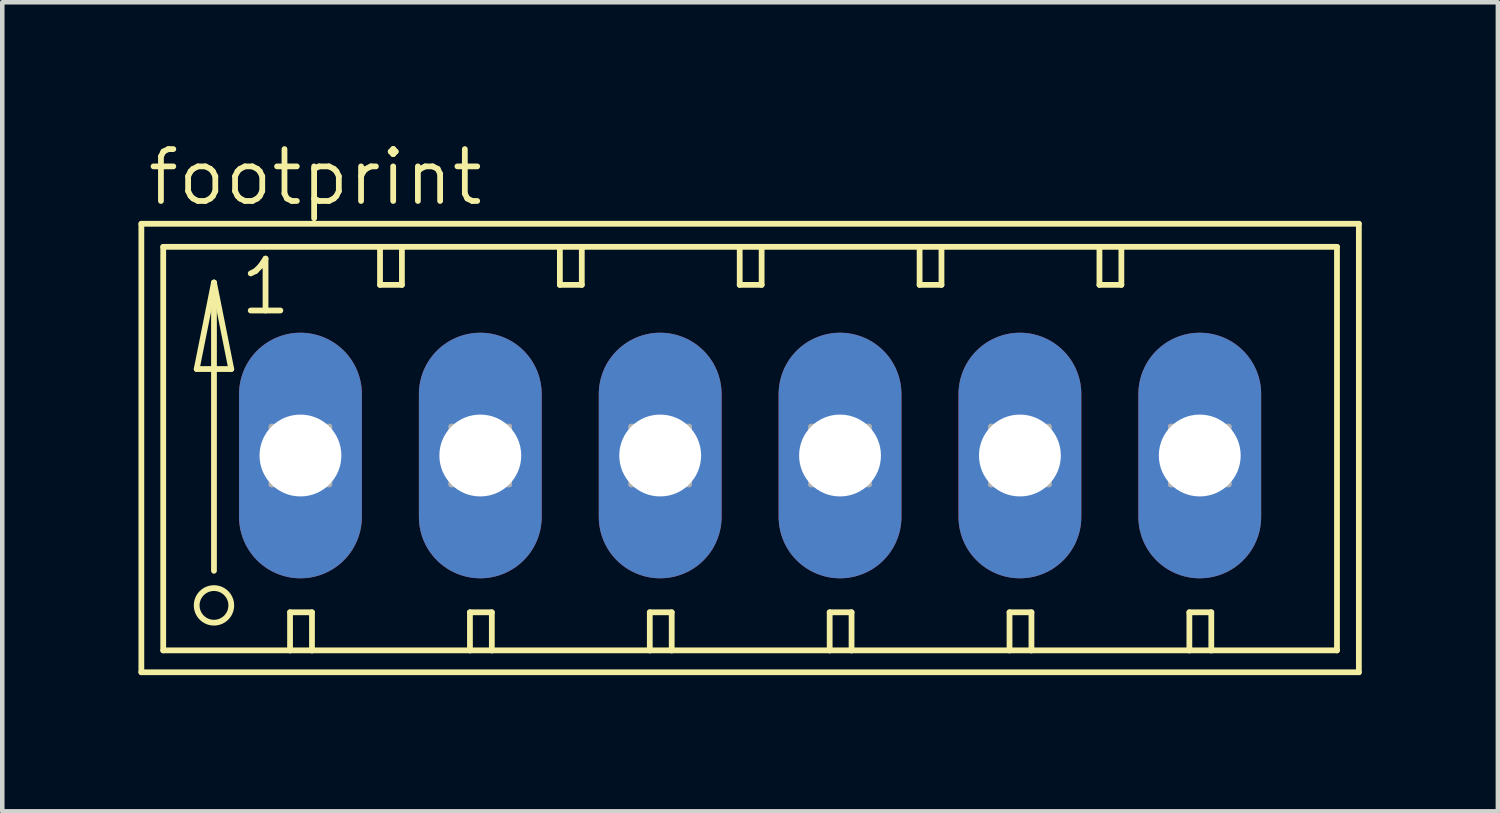
<source format=kicad_pcb>
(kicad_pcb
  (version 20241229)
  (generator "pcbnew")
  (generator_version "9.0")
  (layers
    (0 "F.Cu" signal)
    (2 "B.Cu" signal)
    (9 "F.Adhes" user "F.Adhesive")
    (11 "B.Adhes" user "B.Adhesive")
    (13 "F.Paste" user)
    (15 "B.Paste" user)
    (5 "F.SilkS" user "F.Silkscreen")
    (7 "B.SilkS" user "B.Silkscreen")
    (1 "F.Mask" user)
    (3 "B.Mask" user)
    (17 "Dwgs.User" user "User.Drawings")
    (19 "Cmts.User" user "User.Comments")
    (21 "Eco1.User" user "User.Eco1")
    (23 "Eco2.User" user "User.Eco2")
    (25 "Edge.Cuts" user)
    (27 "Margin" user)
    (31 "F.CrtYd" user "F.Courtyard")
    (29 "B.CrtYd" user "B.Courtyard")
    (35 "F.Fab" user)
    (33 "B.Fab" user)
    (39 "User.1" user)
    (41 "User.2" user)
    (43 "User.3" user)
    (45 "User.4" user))
  (footprint "footprint"
    (layer "F.Cu")
    (at 1.029 6.985)
    (property "Reference" "footprint" (at -0.889 -5.461 0) (layer "F.SilkS") (effects (font (size 1.143 1.143) (thickness 0.127)) (justify left bottom)))
    (fp_line (start -0.965 -5.105) (end -0.965 4.775) (stroke (width 0.127) (type solid)) (layer "F.SilkS"))
    (fp_line (start -0.965 4.775) (end 25.857 4.775) (stroke (width 0.127) (type solid)) (layer "F.SilkS"))
    (fp_line (start -0.483 -4.597) (end -0.483 4.293) (stroke (width 0.127) (type solid)) (layer "F.SilkS"))
    (fp_line (start -0.483 4.293) (end 2.311 4.293) (stroke (width 0.127) (type solid)) (layer "F.SilkS"))
    (fp_line (start 0.254 -1.905) (end 1.016 -1.905) (stroke (width 0.127) (type solid)) (layer "F.SilkS"))
    (fp_line (start 0.635 -3.81) (end 0.254 -1.905) (stroke (width 0.127) (type solid)) (layer "F.SilkS"))
    (fp_line (start 0.635 -3.81) (end 1.016 -1.905) (stroke (width 0.127) (type solid)) (layer "F.SilkS"))
    (fp_line (start 0.635 2.54) (end 0.635 -3.81) (stroke (width 0.127) (type solid)) (layer "F.SilkS"))
    (fp_line (start 2.311 3.454) (end 2.311 4.293) (stroke (width 0.127) (type solid)) (layer "F.SilkS"))
    (fp_line (start 2.311 3.454) (end 2.794 3.454) (stroke (width 0.127) (type solid)) (layer "F.SilkS"))
    (fp_line (start 2.311 4.293) (end 2.794 4.293) (stroke (width 0.127) (type solid)) (layer "F.SilkS"))
    (fp_line (start 2.794 3.454) (end 2.794 4.293) (stroke (width 0.127) (type solid)) (layer "F.SilkS"))
    (fp_line (start 2.794 4.293) (end 6.274 4.293) (stroke (width 0.127) (type solid)) (layer "F.SilkS"))
    (fp_line (start 4.293 -4.597) (end -0.483 -4.597) (stroke (width 0.127) (type solid)) (layer "F.SilkS"))
    (fp_line (start 4.293 -4.597) (end 4.293 -3.759) (stroke (width 0.127) (type solid)) (layer "F.SilkS"))
    (fp_line (start 4.293 -3.759) (end 4.775 -3.759) (stroke (width 0.127) (type solid)) (layer "F.SilkS"))
    (fp_line (start 4.775 -4.597) (end 4.293 -4.597) (stroke (width 0.127) (type solid)) (layer "F.SilkS"))
    (fp_line (start 4.775 -3.759) (end 4.775 -4.597) (stroke (width 0.127) (type solid)) (layer "F.SilkS"))
    (fp_line (start 6.274 3.454) (end 6.274 4.293) (stroke (width 0.127) (type solid)) (layer "F.SilkS"))
    (fp_line (start 6.274 3.454) (end 6.756 3.454) (stroke (width 0.127) (type solid)) (layer "F.SilkS"))
    (fp_line (start 6.274 4.293) (end 6.756 4.293) (stroke (width 0.127) (type solid)) (layer "F.SilkS"))
    (fp_line (start 6.756 3.454) (end 6.756 4.293) (stroke (width 0.127) (type solid)) (layer "F.SilkS"))
    (fp_line (start 6.756 4.293) (end 10.236 4.293) (stroke (width 0.127) (type solid)) (layer "F.SilkS"))
    (fp_line (start 8.255 -4.597) (end 4.775 -4.597) (stroke (width 0.127) (type solid)) (layer "F.SilkS"))
    (fp_line (start 8.255 -3.759) (end 8.255 -4.597) (stroke (width 0.127) (type solid)) (layer "F.SilkS"))
    (fp_line (start 8.255 -3.759) (end 8.738 -3.759) (stroke (width 0.127) (type solid)) (layer "F.SilkS"))
    (fp_line (start 8.738 -4.597) (end 8.255 -4.597) (stroke (width 0.127) (type solid)) (layer "F.SilkS"))
    (fp_line (start 8.738 -3.759) (end 8.738 -4.597) (stroke (width 0.127) (type solid)) (layer "F.SilkS"))
    (fp_line (start 10.236 3.454) (end 10.236 4.293) (stroke (width 0.127) (type solid)) (layer "F.SilkS"))
    (fp_line (start 10.236 3.454) (end 10.719 3.454) (stroke (width 0.127) (type solid)) (layer "F.SilkS"))
    (fp_line (start 10.236 4.293) (end 10.719 4.293) (stroke (width 0.127) (type solid)) (layer "F.SilkS"))
    (fp_line (start 10.719 3.454) (end 10.719 4.293) (stroke (width 0.127) (type solid)) (layer "F.SilkS"))
    (fp_line (start 10.719 4.293) (end 14.199 4.293) (stroke (width 0.127) (type solid)) (layer "F.SilkS"))
    (fp_line (start 12.217 -4.597) (end 8.738 -4.597) (stroke (width 0.127) (type solid)) (layer "F.SilkS"))
    (fp_line (start 12.217 -3.759) (end 12.217 -4.597) (stroke (width 0.127) (type solid)) (layer "F.SilkS"))
    (fp_line (start 12.217 -3.759) (end 12.7 -3.759) (stroke (width 0.127) (type solid)) (layer "F.SilkS"))
    (fp_line (start 12.7 -4.597) (end 12.217 -4.597) (stroke (width 0.127) (type solid)) (layer "F.SilkS"))
    (fp_line (start 12.7 -3.759) (end 12.7 -4.597) (stroke (width 0.127) (type solid)) (layer "F.SilkS"))
    (fp_line (start 14.199 3.454) (end 14.199 4.293) (stroke (width 0.127) (type solid)) (layer "F.SilkS"))
    (fp_line (start 14.199 3.454) (end 14.681 3.454) (stroke (width 0.127) (type solid)) (layer "F.SilkS"))
    (fp_line (start 14.199 4.293) (end 14.681 4.293) (stroke (width 0.127) (type solid)) (layer "F.SilkS"))
    (fp_line (start 14.681 3.454) (end 14.681 4.293) (stroke (width 0.127) (type solid)) (layer "F.SilkS"))
    (fp_line (start 14.681 4.293) (end 18.161 4.293) (stroke (width 0.127) (type solid)) (layer "F.SilkS"))
    (fp_line (start 16.18 -4.597) (end 12.7 -4.597) (stroke (width 0.127) (type solid)) (layer "F.SilkS"))
    (fp_line (start 16.18 -3.759) (end 16.18 -4.597) (stroke (width 0.127) (type solid)) (layer "F.SilkS"))
    (fp_line (start 16.18 -3.759) (end 16.662 -3.759) (stroke (width 0.127) (type solid)) (layer "F.SilkS"))
    (fp_line (start 16.662 -4.597) (end 16.18 -4.597) (stroke (width 0.127) (type solid)) (layer "F.SilkS"))
    (fp_line (start 16.662 -3.759) (end 16.662 -4.597) (stroke (width 0.127) (type solid)) (layer "F.SilkS"))
    (fp_line (start 18.161 3.454) (end 18.161 4.293) (stroke (width 0.127) (type solid)) (layer "F.SilkS"))
    (fp_line (start 18.161 3.454) (end 18.644 3.454) (stroke (width 0.127) (type solid)) (layer "F.SilkS"))
    (fp_line (start 18.161 4.293) (end 18.644 4.293) (stroke (width 0.127) (type solid)) (layer "F.SilkS"))
    (fp_line (start 18.644 3.454) (end 18.644 4.293) (stroke (width 0.127) (type solid)) (layer "F.SilkS"))
    (fp_line (start 18.644 4.293) (end 22.123 4.293) (stroke (width 0.127) (type solid)) (layer "F.SilkS"))
    (fp_line (start 20.142 -4.597) (end 16.662 -4.597) (stroke (width 0.127) (type solid)) (layer "F.SilkS"))
    (fp_line (start 20.142 -3.759) (end 20.142 -4.597) (stroke (width 0.127) (type solid)) (layer "F.SilkS"))
    (fp_line (start 20.142 -3.759) (end 20.625 -3.759) (stroke (width 0.127) (type solid)) (layer "F.SilkS"))
    (fp_line (start 20.625 -4.597) (end 20.142 -4.597) (stroke (width 0.127) (type solid)) (layer "F.SilkS"))
    (fp_line (start 20.625 -3.759) (end 20.625 -4.597) (stroke (width 0.127) (type solid)) (layer "F.SilkS"))
    (fp_line (start 22.123 3.454) (end 22.123 4.293) (stroke (width 0.127) (type solid)) (layer "F.SilkS"))
    (fp_line (start 22.123 3.454) (end 22.606 3.454) (stroke (width 0.127) (type solid)) (layer "F.SilkS"))
    (fp_line (start 22.123 4.293) (end 22.606 4.293) (stroke (width 0.127) (type solid)) (layer "F.SilkS"))
    (fp_line (start 22.606 3.454) (end 22.606 4.293) (stroke (width 0.127) (type solid)) (layer "F.SilkS"))
    (fp_line (start 22.606 4.293) (end 25.375 4.293) (stroke (width 0.127) (type solid)) (layer "F.SilkS"))
    (fp_line (start 25.375 -4.597) (end 20.625 -4.597) (stroke (width 0.127) (type solid)) (layer "F.SilkS"))
    (fp_line (start 25.375 4.293) (end 25.375 -4.597) (stroke (width 0.127) (type solid)) (layer "F.SilkS"))
    (fp_line (start 25.857 -5.105) (end -0.965 -5.105) (stroke (width 0.127) (type solid)) (layer "F.SilkS"))
    (fp_line (start 25.857 4.775) (end 25.857 -5.105) (stroke (width 0.127) (type solid)) (layer "F.SilkS"))
    (fp_circle (center 0.635 3.302) (end 1.016 3.302) (stroke (width 0.127) (type solid)) (fill no) (layer "F.SilkS"))
    (fp_line (start 1.905 -0.635) (end 1.905 0.635) (stroke (width 0.127) (type solid)) (layer "F.Fab"))
    (fp_line (start 1.905 -0.635) (end 3.175 0.635) (stroke (width 0.127) (type solid)) (layer "F.Fab"))
    (fp_line (start 1.905 0.635) (end 3.175 0.635) (stroke (width 0.127) (type solid)) (layer "F.Fab"))
    (fp_line (start 3.175 -0.635) (end 1.905 -0.635) (stroke (width 0.127) (type solid)) (layer "F.Fab"))
    (fp_line (start 3.175 -0.635) (end 1.905 0.635) (stroke (width 0.127) (type solid)) (layer "F.Fab"))
    (fp_line (start 3.175 0.635) (end 3.175 -0.635) (stroke (width 0.127) (type solid)) (layer "F.Fab"))
    (fp_line (start 5.867 -0.635) (end 5.867 0.635) (stroke (width 0.127) (type solid)) (layer "F.Fab"))
    (fp_line (start 5.867 -0.635) (end 7.137 0.635) (stroke (width 0.127) (type solid)) (layer "F.Fab"))
    (fp_line (start 5.867 0.635) (end 7.137 0.635) (stroke (width 0.127) (type solid)) (layer "F.Fab"))
    (fp_line (start 7.137 -0.635) (end 5.867 -0.635) (stroke (width 0.127) (type solid)) (layer "F.Fab"))
    (fp_line (start 7.137 -0.635) (end 5.867 0.635) (stroke (width 0.127) (type solid)) (layer "F.Fab"))
    (fp_line (start 7.137 0.635) (end 7.137 -0.635) (stroke (width 0.127) (type solid)) (layer "F.Fab"))
    (fp_line (start 9.83 -0.635) (end 9.83 0.635) (stroke (width 0.127) (type solid)) (layer "F.Fab"))
    (fp_line (start 9.83 -0.635) (end 11.1 0.635) (stroke (width 0.127) (type solid)) (layer "F.Fab"))
    (fp_line (start 9.83 0.635) (end 11.1 0.635) (stroke (width 0.127) (type solid)) (layer "F.Fab"))
    (fp_line (start 11.1 -0.635) (end 9.83 -0.635) (stroke (width 0.127) (type solid)) (layer "F.Fab"))
    (fp_line (start 11.1 -0.635) (end 9.83 0.635) (stroke (width 0.127) (type solid)) (layer "F.Fab"))
    (fp_line (start 11.1 0.635) (end 11.1 -0.635) (stroke (width 0.127) (type solid)) (layer "F.Fab"))
    (fp_line (start 13.792 -0.635) (end 13.792 0.635) (stroke (width 0.127) (type solid)) (layer "F.Fab"))
    (fp_line (start 13.792 -0.635) (end 15.062 0.635) (stroke (width 0.127) (type solid)) (layer "F.Fab"))
    (fp_line (start 13.792 0.635) (end 15.062 0.635) (stroke (width 0.127) (type solid)) (layer "F.Fab"))
    (fp_line (start 15.062 -0.635) (end 13.792 -0.635) (stroke (width 0.127) (type solid)) (layer "F.Fab"))
    (fp_line (start 15.062 -0.635) (end 13.792 0.635) (stroke (width 0.127) (type solid)) (layer "F.Fab"))
    (fp_line (start 15.062 0.635) (end 15.062 -0.635) (stroke (width 0.127) (type solid)) (layer "F.Fab"))
    (fp_line (start 17.755 -0.635) (end 17.755 0.635) (stroke (width 0.127) (type solid)) (layer "F.Fab"))
    (fp_line (start 17.755 -0.635) (end 19.025 0.635) (stroke (width 0.127) (type solid)) (layer "F.Fab"))
    (fp_line (start 17.755 0.635) (end 19.025 0.635) (stroke (width 0.127) (type solid)) (layer "F.Fab"))
    (fp_line (start 19.025 -0.635) (end 17.755 -0.635) (stroke (width 0.127) (type solid)) (layer "F.Fab"))
    (fp_line (start 19.025 -0.635) (end 17.755 0.635) (stroke (width 0.127) (type solid)) (layer "F.Fab"))
    (fp_line (start 19.025 0.635) (end 19.025 -0.635) (stroke (width 0.127) (type solid)) (layer "F.Fab"))
    (fp_line (start 21.717 -0.635) (end 21.717 0.635) (stroke (width 0.127) (type solid)) (layer "F.Fab"))
    (fp_line (start 21.717 -0.635) (end 22.987 0.635) (stroke (width 0.127) (type solid)) (layer "F.Fab"))
    (fp_line (start 21.717 0.635) (end 22.987 0.635) (stroke (width 0.127) (type solid)) (layer "F.Fab"))
    (fp_line (start 22.987 -0.635) (end 21.717 -0.635) (stroke (width 0.127) (type solid)) (layer "F.Fab"))
    (fp_line (start 22.987 -0.635) (end 21.717 0.635) (stroke (width 0.127) (type solid)) (layer "F.Fab"))
    (fp_line (start 22.987 0.635) (end 22.987 -0.635) (stroke (width 0.127) (type solid)) (layer "F.Fab"))
    (fp_text user "1" (at 1.143 -3.048 0) (layer "F.SilkS") (effects (font (size 1.143 1.143) (thickness 0.127)) (justify left bottom)))
    (pad "1" thru_hole oval (at 2.54 0 90) (size 5.41 2.705) (drill 1.803) (layers "*.Cu" "*.Mask"))
    (pad "2" thru_hole oval (at 6.502 0 90) (size 5.41 2.705) (drill 1.803) (layers "*.Cu" "*.Mask"))
    (pad "3" thru_hole oval (at 10.465 0 90) (size 5.41 2.705) (drill 1.803) (layers "*.Cu" "*.Mask"))
    (pad "4" thru_hole oval (at 14.427 0 90) (size 5.41 2.705) (drill 1.803) (layers "*.Cu" "*.Mask"))
    (pad "5" thru_hole oval (at 18.39 0 90) (size 5.41 2.705) (drill 1.803) (layers "*.Cu" "*.Mask"))
    (pad "6" thru_hole oval (at 22.352 0 90) (size 5.41 2.705) (drill 1.803) (layers "*.Cu" "*.Mask")))
  (gr_rect
    (start -3 -3)
    (end 29.949 14.824)
    (stroke (width 0.1) (type default))
    (fill no)
    (layer "Edge.Cuts")))
</source>
